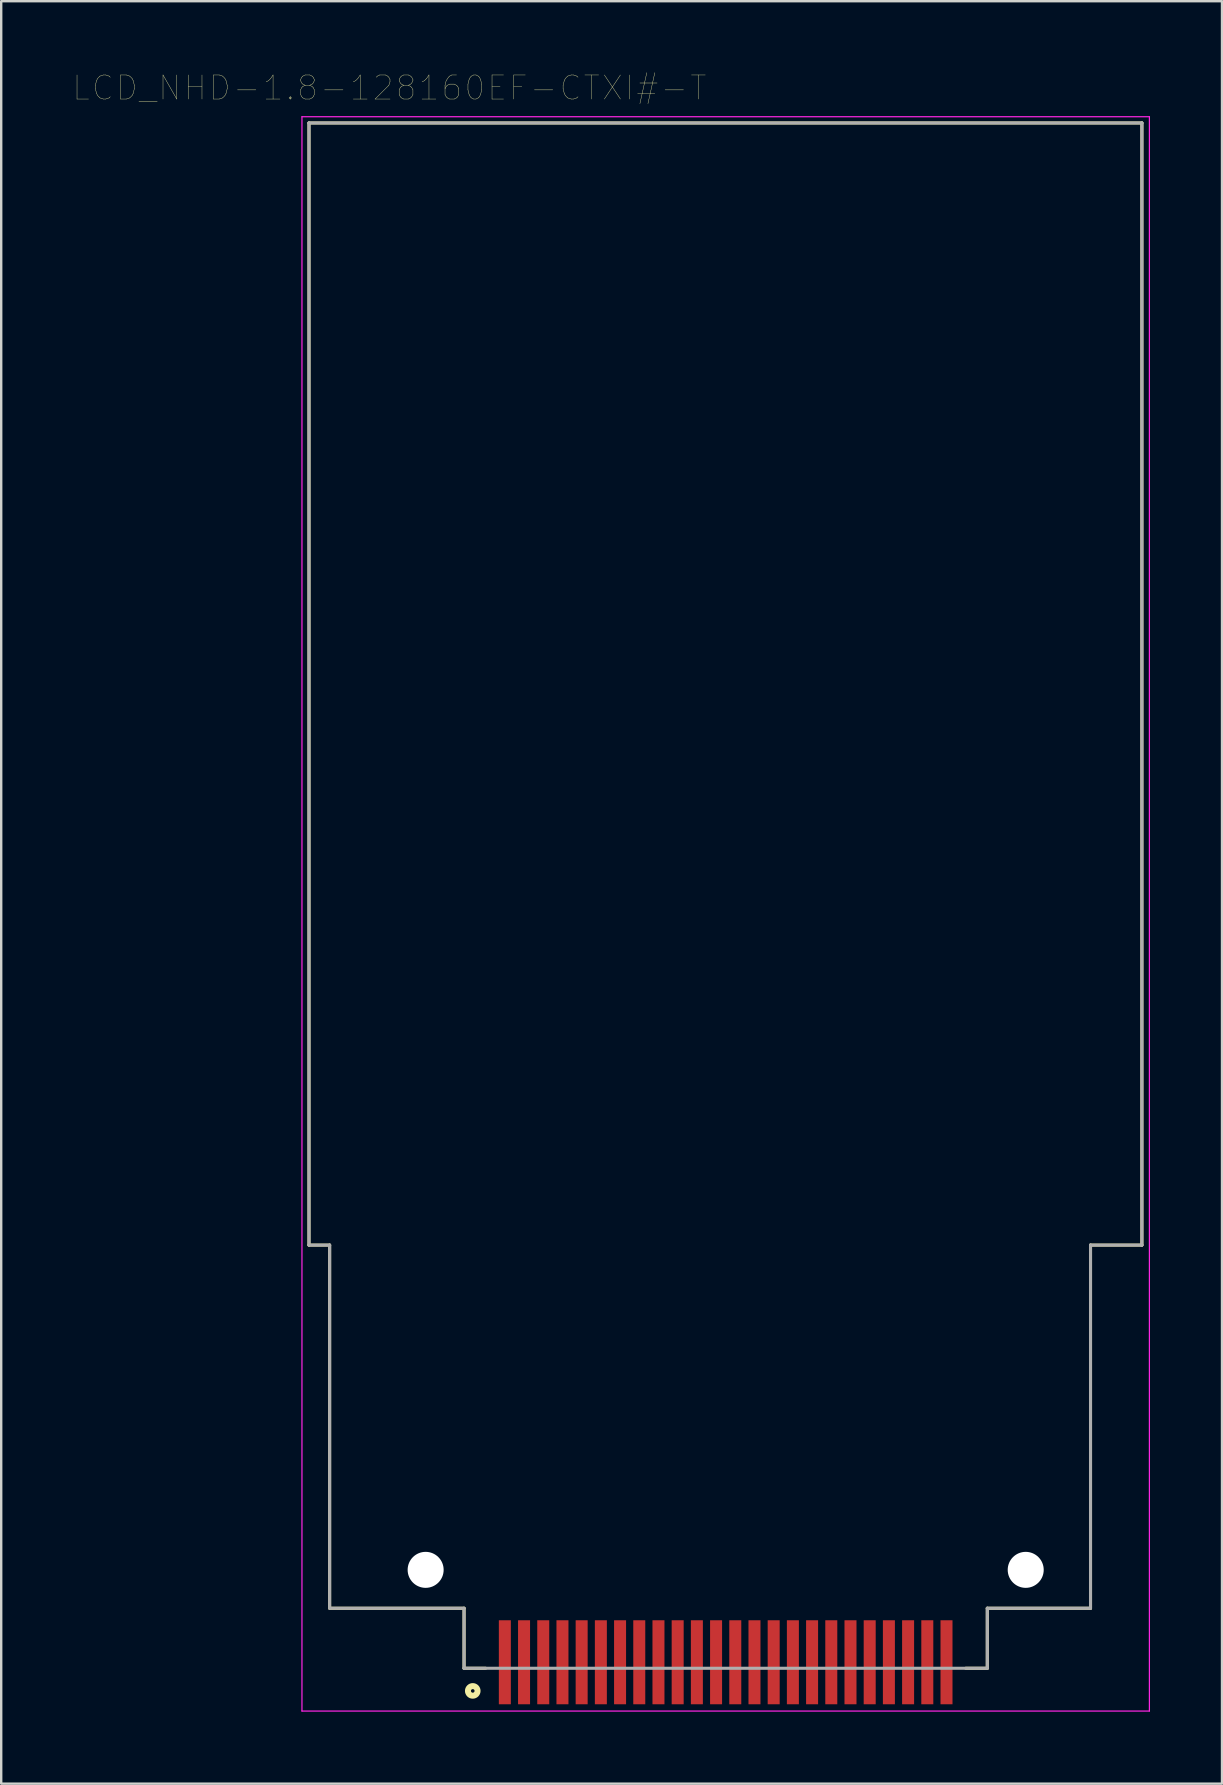
<source format=kicad_pcb>
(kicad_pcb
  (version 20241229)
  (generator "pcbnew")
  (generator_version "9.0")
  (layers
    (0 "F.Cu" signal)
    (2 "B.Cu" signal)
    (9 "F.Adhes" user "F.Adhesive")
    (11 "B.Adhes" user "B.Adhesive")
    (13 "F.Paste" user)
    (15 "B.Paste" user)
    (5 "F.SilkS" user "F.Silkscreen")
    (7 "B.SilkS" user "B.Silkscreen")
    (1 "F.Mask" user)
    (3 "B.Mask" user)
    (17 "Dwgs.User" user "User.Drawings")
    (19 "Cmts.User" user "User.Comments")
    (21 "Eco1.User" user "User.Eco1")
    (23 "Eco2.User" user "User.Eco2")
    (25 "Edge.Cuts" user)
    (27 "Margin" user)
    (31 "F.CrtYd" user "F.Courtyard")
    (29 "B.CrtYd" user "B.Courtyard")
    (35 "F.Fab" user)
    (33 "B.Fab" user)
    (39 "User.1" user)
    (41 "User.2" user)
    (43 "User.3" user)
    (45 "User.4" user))
  (footprint "LCD_NHD-1.8-128160EF-CTXI#-T"
    (layer "F.Cu")
    (at 27.183 66.203)
    (property "Reference" "LCD_NHD-1.8-128160EF-CTXI#-T" (at -14.009 -65.59 0) (layer "F.SilkS") (effects (font (size 1.003 1.003) (thickness 0.015))))
    (attr through_hole)
    (fp_line (start -17.36 -64.13) (end 17.34 -64.13) (stroke (width 0.127) (type solid)) (layer "F.SilkS"))
    (fp_line (start -17.36 -17.38) (end -17.36 -64.13) (stroke (width 0.127) (type solid)) (layer "F.SilkS"))
    (fp_line (start -16.5 -17.38) (end -17.36 -17.38) (stroke (width 0.127) (type solid)) (layer "F.SilkS"))
    (fp_line (start -16.5 -2.25) (end -16.5 -17.38) (stroke (width 0.127) (type solid)) (layer "F.SilkS"))
    (fp_line (start -10.9 -2.25) (end -16.49 -2.25) (stroke (width 0.127) (type solid)) (layer "F.SilkS"))
    (fp_line (start -10.9 0.25) (end -10.9 -2.25) (stroke (width 0.127) (type solid)) (layer "F.SilkS"))
    (fp_line (start -10.9 0.25) (end -10 0.25) (stroke (width 0.127) (type solid)) (layer "F.SilkS"))
    (fp_line (start 10.9 -2.25) (end 15.2 -2.25) (stroke (width 0.127) (type solid)) (layer "F.SilkS"))
    (fp_line (start 10.9 0.25) (end 10 0.25) (stroke (width 0.127) (type solid)) (layer "F.SilkS"))
    (fp_line (start 10.9 0.25) (end 10.9 -2.25) (stroke (width 0.127) (type solid)) (layer "F.SilkS"))
    (fp_line (start 15.2 -17.38) (end 17.34 -17.38) (stroke (width 0.127) (type solid)) (layer "F.SilkS"))
    (fp_line (start 15.2 -2.25) (end 15.2 -17.38) (stroke (width 0.127) (type solid)) (layer "F.SilkS"))
    (fp_line (start 17.34 -17.38) (end 17.34 -64.13) (stroke (width 0.127) (type solid)) (layer "F.SilkS"))
    (fp_circle (center -10.537 1.193) (end -10.337 1.193) (stroke (width 0.25) (type solid)) (fill no) (layer "F.SilkS"))
    (fp_line (start -17.653 -64.389) (end 17.653 -64.389) (stroke (width 0.05) (type solid)) (layer "F.CrtYd"))
    (fp_line (start -17.653 2.032) (end -17.653 -64.389) (stroke (width 0.05) (type solid)) (layer "F.CrtYd"))
    (fp_line (start 17.653 -64.389) (end 17.653 2.032) (stroke (width 0.05) (type solid)) (layer "F.CrtYd"))
    (fp_line (start 17.653 2.032) (end -17.653 2.032) (stroke (width 0.05) (type solid)) (layer "F.CrtYd"))
    (fp_line (start -17.36 -64.13) (end 17.34 -64.13) (stroke (width 0.127) (type solid)) (layer "F.Fab"))
    (fp_line (start -17.36 -17.38) (end -17.36 -64.13) (stroke (width 0.127) (type solid)) (layer "F.Fab"))
    (fp_line (start -16.5 -17.38) (end -17.36 -17.38) (stroke (width 0.127) (type solid)) (layer "F.Fab"))
    (fp_line (start -16.5 -2.25) (end -16.5 -17.38) (stroke (width 0.127) (type solid)) (layer "F.Fab"))
    (fp_line (start -10.9 -2.25) (end -16.49 -2.25) (stroke (width 0.127) (type solid)) (layer "F.Fab"))
    (fp_line (start -10.9 0.25) (end -10.9 -2.25) (stroke (width 0.127) (type solid)) (layer "F.Fab"))
    (fp_line (start -10.9 0.25) (end 10.9 0.25) (stroke (width 0.127) (type solid)) (layer "F.Fab"))
    (fp_line (start 10.9 -2.25) (end 15.2 -2.25) (stroke (width 0.127) (type solid)) (layer "F.Fab"))
    (fp_line (start 10.9 0.25) (end 10.9 -2.25) (stroke (width 0.127) (type solid)) (layer "F.Fab"))
    (fp_line (start 15.2 -17.38) (end 17.34 -17.38) (stroke (width 0.127) (type solid)) (layer "F.Fab"))
    (fp_line (start 15.2 -2.25) (end 15.2 -17.38) (stroke (width 0.127) (type solid)) (layer "F.Fab"))
    (fp_line (start 17.34 -17.38) (end 17.34 -64.13) (stroke (width 0.127) (type solid)) (layer "F.Fab"))
    (pad "" np_thru_hole circle (at -12.5 -3.85) (size 1.5 1.5) (drill 1.5) (layers "*.Cu" "*.Mask"))
    (pad "" np_thru_hole circle (at 12.5 -3.85) (size 1.5 1.5) (drill 1.5) (layers "*.Cu" "*.Mask"))
    (pad "1" smd rect (at -9.2 0) (size 0.5 3.5) (layers "F.Cu" "F.Mask" "F.Paste"))
    (pad "2" smd rect (at -8.4 0) (size 0.5 3.5) (layers "F.Cu" "F.Mask" "F.Paste"))
    (pad "3" smd rect (at -7.6 0) (size 0.5 3.5) (layers "F.Cu" "F.Mask" "F.Paste"))
    (pad "4" smd rect (at -6.8 0) (size 0.5 3.5) (layers "F.Cu" "F.Mask" "F.Paste"))
    (pad "5" smd rect (at -6 0) (size 0.5 3.5) (layers "F.Cu" "F.Mask" "F.Paste"))
    (pad "6" smd rect (at -5.2 0) (size 0.5 3.5) (layers "F.Cu" "F.Mask" "F.Paste"))
    (pad "7" smd rect (at -4.4 0) (size 0.5 3.5) (layers "F.Cu" "F.Mask" "F.Paste"))
    (pad "8" smd rect (at -3.6 0) (size 0.5 3.5) (layers "F.Cu" "F.Mask" "F.Paste"))
    (pad "9" smd rect (at -2.8 0) (size 0.5 3.5) (layers "F.Cu" "F.Mask" "F.Paste"))
    (pad "10" smd rect (at -2 0) (size 0.5 3.5) (layers "F.Cu" "F.Mask" "F.Paste"))
    (pad "11" smd rect (at -1.2 0) (size 0.5 3.5) (layers "F.Cu" "F.Mask" "F.Paste"))
    (pad "12" smd rect (at -0.4 0) (size 0.5 3.5) (layers "F.Cu" "F.Mask" "F.Paste"))
    (pad "13" smd rect (at 0.4 0) (size 0.5 3.5) (layers "F.Cu" "F.Mask" "F.Paste"))
    (pad "14" smd rect (at 1.2 0) (size 0.5 3.5) (layers "F.Cu" "F.Mask" "F.Paste"))
    (pad "15" smd rect (at 2 0) (size 0.5 3.5) (layers "F.Cu" "F.Mask" "F.Paste"))
    (pad "16" smd rect (at 2.8 0) (size 0.5 3.5) (layers "F.Cu" "F.Mask" "F.Paste"))
    (pad "17" smd rect (at 3.6 0) (size 0.5 3.5) (layers "F.Cu" "F.Mask" "F.Paste"))
    (pad "18" smd rect (at 4.4 0) (size 0.5 3.5) (layers "F.Cu" "F.Mask" "F.Paste"))
    (pad "19" smd rect (at 5.2 0) (size 0.5 3.5) (layers "F.Cu" "F.Mask" "F.Paste"))
    (pad "20" smd rect (at 6 0) (size 0.5 3.5) (layers "F.Cu" "F.Mask" "F.Paste"))
    (pad "21" smd rect (at 6.8 0) (size 0.5 3.5) (layers "F.Cu" "F.Mask" "F.Paste"))
    (pad "22" smd rect (at 7.6 0) (size 0.5 3.5) (layers "F.Cu" "F.Mask" "F.Paste"))
    (pad "23" smd rect (at 8.4 0) (size 0.5 3.5) (layers "F.Cu" "F.Mask" "F.Paste"))
    (pad "24" smd rect (at 9.2 0) (size 0.5 3.5) (layers "F.Cu" "F.Mask" "F.Paste")))
  (gr_rect
    (start -3 -3)
    (end 47.861 71.26)
    (stroke (width 0.1) (type default))
    (fill no)
    (layer "Edge.Cuts")))
</source>
